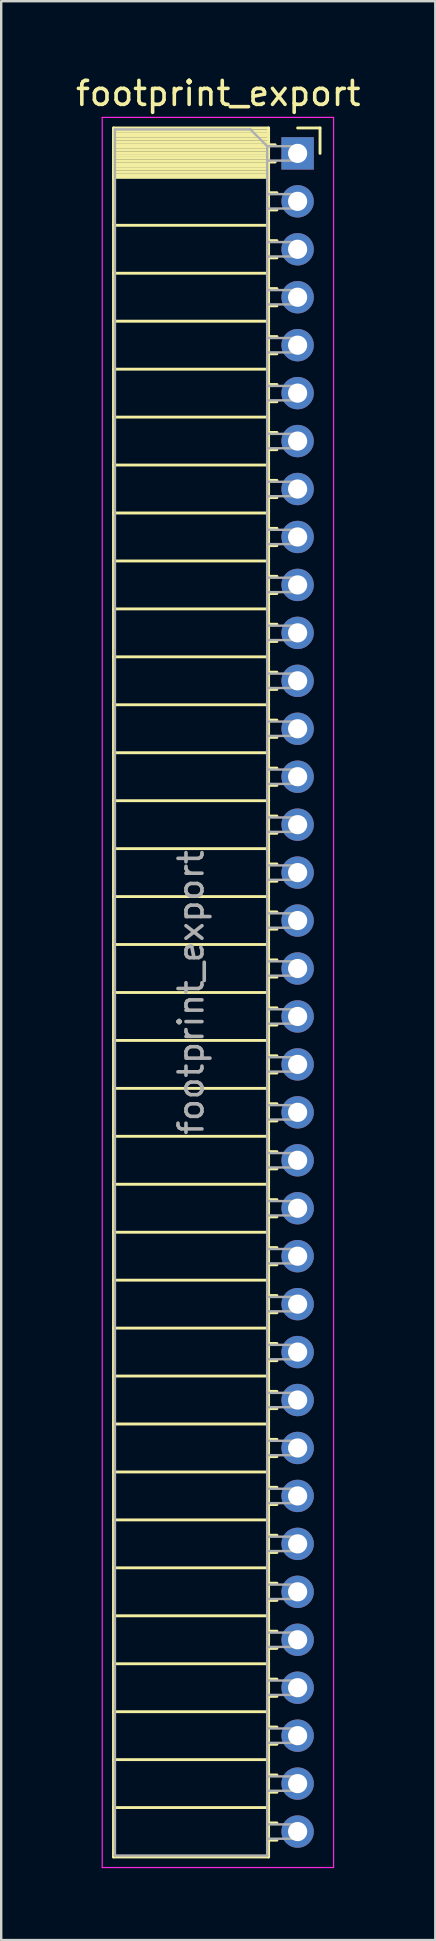
<source format=kicad_pcb>
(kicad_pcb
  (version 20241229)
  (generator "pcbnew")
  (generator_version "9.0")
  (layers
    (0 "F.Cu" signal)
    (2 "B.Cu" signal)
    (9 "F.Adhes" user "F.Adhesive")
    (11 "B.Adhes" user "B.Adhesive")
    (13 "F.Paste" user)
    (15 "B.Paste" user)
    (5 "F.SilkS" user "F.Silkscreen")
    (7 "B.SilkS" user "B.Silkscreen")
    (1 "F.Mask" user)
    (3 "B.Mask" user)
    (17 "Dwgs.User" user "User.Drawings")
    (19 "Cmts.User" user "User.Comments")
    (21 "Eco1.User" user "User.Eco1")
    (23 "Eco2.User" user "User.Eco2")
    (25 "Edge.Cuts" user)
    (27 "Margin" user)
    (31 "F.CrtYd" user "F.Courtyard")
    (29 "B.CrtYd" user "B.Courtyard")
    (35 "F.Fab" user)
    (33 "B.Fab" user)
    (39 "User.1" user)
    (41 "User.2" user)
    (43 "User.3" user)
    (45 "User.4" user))
  (footprint "footprint_export"
    (layer "F.Cu")
    (at 9.364 3.348)
    (property "Reference" "footprint_export" (at -3.31 -2.5 0) (layer "F.SilkS") (effects (font (size 1 1) (thickness 0.15))))
    (attr through_hole)
    (fp_line (start -7.68 -1.06) (end -7.68 71.06) (stroke (width 0.12) (type solid)) (layer "F.SilkS"))
    (fp_line (start -7.68 -1.06) (end -1.21 -1.06) (stroke (width 0.12) (type solid)) (layer "F.SilkS"))
    (fp_line (start -7.68 -0.94) (end -1.21 -0.94) (stroke (width 0.12) (type solid)) (layer "F.SilkS"))
    (fp_line (start -7.68 -0.826) (end -1.21 -0.826) (stroke (width 0.12) (type solid)) (layer "F.SilkS"))
    (fp_line (start -7.68 -0.712) (end -1.21 -0.712) (stroke (width 0.12) (type solid)) (layer "F.SilkS"))
    (fp_line (start -7.68 -0.598) (end -1.21 -0.598) (stroke (width 0.12) (type solid)) (layer "F.SilkS"))
    (fp_line (start -7.68 -0.484) (end -1.21 -0.484) (stroke (width 0.12) (type solid)) (layer "F.SilkS"))
    (fp_line (start -7.68 -0.369) (end -1.21 -0.369) (stroke (width 0.12) (type solid)) (layer "F.SilkS"))
    (fp_line (start -7.68 -0.255) (end -1.21 -0.255) (stroke (width 0.12) (type solid)) (layer "F.SilkS"))
    (fp_line (start -7.68 -0.141) (end -1.21 -0.141) (stroke (width 0.12) (type solid)) (layer "F.SilkS"))
    (fp_line (start -7.68 -0.027) (end -1.21 -0.027) (stroke (width 0.12) (type solid)) (layer "F.SilkS"))
    (fp_line (start -7.68 0.087) (end -1.21 0.087) (stroke (width 0.12) (type solid)) (layer "F.SilkS"))
    (fp_line (start -7.68 0.201) (end -1.21 0.201) (stroke (width 0.12) (type solid)) (layer "F.SilkS"))
    (fp_line (start -7.68 0.315) (end -1.21 0.315) (stroke (width 0.12) (type solid)) (layer "F.SilkS"))
    (fp_line (start -7.68 0.429) (end -1.21 0.429) (stroke (width 0.12) (type solid)) (layer "F.SilkS"))
    (fp_line (start -7.68 0.544) (end -1.21 0.544) (stroke (width 0.12) (type solid)) (layer "F.SilkS"))
    (fp_line (start -7.68 0.658) (end -1.21 0.658) (stroke (width 0.12) (type solid)) (layer "F.SilkS"))
    (fp_line (start -7.68 0.772) (end -1.21 0.772) (stroke (width 0.12) (type solid)) (layer "F.SilkS"))
    (fp_line (start -7.68 0.886) (end -1.21 0.886) (stroke (width 0.12) (type solid)) (layer "F.SilkS"))
    (fp_line (start -7.68 1) (end -1.21 1) (stroke (width 0.12) (type solid)) (layer "F.SilkS"))
    (fp_line (start -7.68 3) (end -1.21 3) (stroke (width 0.12) (type solid)) (layer "F.SilkS"))
    (fp_line (start -7.68 5) (end -1.21 5) (stroke (width 0.12) (type solid)) (layer "F.SilkS"))
    (fp_line (start -7.68 7) (end -1.21 7) (stroke (width 0.12) (type solid)) (layer "F.SilkS"))
    (fp_line (start -7.68 9) (end -1.21 9) (stroke (width 0.12) (type solid)) (layer "F.SilkS"))
    (fp_line (start -7.68 11) (end -1.21 11) (stroke (width 0.12) (type solid)) (layer "F.SilkS"))
    (fp_line (start -7.68 13) (end -1.21 13) (stroke (width 0.12) (type solid)) (layer "F.SilkS"))
    (fp_line (start -7.68 15) (end -1.21 15) (stroke (width 0.12) (type solid)) (layer "F.SilkS"))
    (fp_line (start -7.68 17) (end -1.21 17) (stroke (width 0.12) (type solid)) (layer "F.SilkS"))
    (fp_line (start -7.68 19) (end -1.21 19) (stroke (width 0.12) (type solid)) (layer "F.SilkS"))
    (fp_line (start -7.68 21) (end -1.21 21) (stroke (width 0.12) (type solid)) (layer "F.SilkS"))
    (fp_line (start -7.68 23) (end -1.21 23) (stroke (width 0.12) (type solid)) (layer "F.SilkS"))
    (fp_line (start -7.68 25) (end -1.21 25) (stroke (width 0.12) (type solid)) (layer "F.SilkS"))
    (fp_line (start -7.68 27) (end -1.21 27) (stroke (width 0.12) (type solid)) (layer "F.SilkS"))
    (fp_line (start -7.68 29) (end -1.21 29) (stroke (width 0.12) (type solid)) (layer "F.SilkS"))
    (fp_line (start -7.68 31) (end -1.21 31) (stroke (width 0.12) (type solid)) (layer "F.SilkS"))
    (fp_line (start -7.68 33) (end -1.21 33) (stroke (width 0.12) (type solid)) (layer "F.SilkS"))
    (fp_line (start -7.68 35) (end -1.21 35) (stroke (width 0.12) (type solid)) (layer "F.SilkS"))
    (fp_line (start -7.68 37) (end -1.21 37) (stroke (width 0.12) (type solid)) (layer "F.SilkS"))
    (fp_line (start -7.68 39) (end -1.21 39) (stroke (width 0.12) (type solid)) (layer "F.SilkS"))
    (fp_line (start -7.68 41) (end -1.21 41) (stroke (width 0.12) (type solid)) (layer "F.SilkS"))
    (fp_line (start -7.68 43) (end -1.21 43) (stroke (width 0.12) (type solid)) (layer "F.SilkS"))
    (fp_line (start -7.68 45) (end -1.21 45) (stroke (width 0.12) (type solid)) (layer "F.SilkS"))
    (fp_line (start -7.68 47) (end -1.21 47) (stroke (width 0.12) (type solid)) (layer "F.SilkS"))
    (fp_line (start -7.68 49) (end -1.21 49) (stroke (width 0.12) (type solid)) (layer "F.SilkS"))
    (fp_line (start -7.68 51) (end -1.21 51) (stroke (width 0.12) (type solid)) (layer "F.SilkS"))
    (fp_line (start -7.68 53) (end -1.21 53) (stroke (width 0.12) (type solid)) (layer "F.SilkS"))
    (fp_line (start -7.68 55) (end -1.21 55) (stroke (width 0.12) (type solid)) (layer "F.SilkS"))
    (fp_line (start -7.68 57) (end -1.21 57) (stroke (width 0.12) (type solid)) (layer "F.SilkS"))
    (fp_line (start -7.68 59) (end -1.21 59) (stroke (width 0.12) (type solid)) (layer "F.SilkS"))
    (fp_line (start -7.68 61) (end -1.21 61) (stroke (width 0.12) (type solid)) (layer "F.SilkS"))
    (fp_line (start -7.68 63) (end -1.21 63) (stroke (width 0.12) (type solid)) (layer "F.SilkS"))
    (fp_line (start -7.68 65) (end -1.21 65) (stroke (width 0.12) (type solid)) (layer "F.SilkS"))
    (fp_line (start -7.68 67) (end -1.21 67) (stroke (width 0.12) (type solid)) (layer "F.SilkS"))
    (fp_line (start -7.68 69) (end -1.21 69) (stroke (width 0.12) (type solid)) (layer "F.SilkS"))
    (fp_line (start -7.68 71.06) (end -1.21 71.06) (stroke (width 0.12) (type solid)) (layer "F.SilkS"))
    (fp_line (start -1.21 -1.06) (end -1.21 71.06) (stroke (width 0.12) (type solid)) (layer "F.SilkS"))
    (fp_line (start -1.21 -0.36) (end -0.935 -0.36) (stroke (width 0.12) (type solid)) (layer "F.SilkS"))
    (fp_line (start -1.21 0.36) (end -0.935 0.36) (stroke (width 0.12) (type solid)) (layer "F.SilkS"))
    (fp_line (start -1.21 1.64) (end -0.863 1.64) (stroke (width 0.12) (type solid)) (layer "F.SilkS"))
    (fp_line (start -1.21 2.36) (end -0.863 2.36) (stroke (width 0.12) (type solid)) (layer "F.SilkS"))
    (fp_line (start -1.21 3.64) (end -0.863 3.64) (stroke (width 0.12) (type solid)) (layer "F.SilkS"))
    (fp_line (start -1.21 4.36) (end -0.863 4.36) (stroke (width 0.12) (type solid)) (layer "F.SilkS"))
    (fp_line (start -1.21 5.64) (end -0.863 5.64) (stroke (width 0.12) (type solid)) (layer "F.SilkS"))
    (fp_line (start -1.21 6.36) (end -0.863 6.36) (stroke (width 0.12) (type solid)) (layer "F.SilkS"))
    (fp_line (start -1.21 7.64) (end -0.863 7.64) (stroke (width 0.12) (type solid)) (layer "F.SilkS"))
    (fp_line (start -1.21 8.36) (end -0.863 8.36) (stroke (width 0.12) (type solid)) (layer "F.SilkS"))
    (fp_line (start -1.21 9.64) (end -0.863 9.64) (stroke (width 0.12) (type solid)) (layer "F.SilkS"))
    (fp_line (start -1.21 10.36) (end -0.863 10.36) (stroke (width 0.12) (type solid)) (layer "F.SilkS"))
    (fp_line (start -1.21 11.64) (end -0.863 11.64) (stroke (width 0.12) (type solid)) (layer "F.SilkS"))
    (fp_line (start -1.21 12.36) (end -0.863 12.36) (stroke (width 0.12) (type solid)) (layer "F.SilkS"))
    (fp_line (start -1.21 13.64) (end -0.863 13.64) (stroke (width 0.12) (type solid)) (layer "F.SilkS"))
    (fp_line (start -1.21 14.36) (end -0.863 14.36) (stroke (width 0.12) (type solid)) (layer "F.SilkS"))
    (fp_line (start -1.21 15.64) (end -0.863 15.64) (stroke (width 0.12) (type solid)) (layer "F.SilkS"))
    (fp_line (start -1.21 16.36) (end -0.863 16.36) (stroke (width 0.12) (type solid)) (layer "F.SilkS"))
    (fp_line (start -1.21 17.64) (end -0.863 17.64) (stroke (width 0.12) (type solid)) (layer "F.SilkS"))
    (fp_line (start -1.21 18.36) (end -0.863 18.36) (stroke (width 0.12) (type solid)) (layer "F.SilkS"))
    (fp_line (start -1.21 19.64) (end -0.863 19.64) (stroke (width 0.12) (type solid)) (layer "F.SilkS"))
    (fp_line (start -1.21 20.36) (end -0.863 20.36) (stroke (width 0.12) (type solid)) (layer "F.SilkS"))
    (fp_line (start -1.21 21.64) (end -0.863 21.64) (stroke (width 0.12) (type solid)) (layer "F.SilkS"))
    (fp_line (start -1.21 22.36) (end -0.863 22.36) (stroke (width 0.12) (type solid)) (layer "F.SilkS"))
    (fp_line (start -1.21 23.64) (end -0.863 23.64) (stroke (width 0.12) (type solid)) (layer "F.SilkS"))
    (fp_line (start -1.21 24.36) (end -0.863 24.36) (stroke (width 0.12) (type solid)) (layer "F.SilkS"))
    (fp_line (start -1.21 25.64) (end -0.863 25.64) (stroke (width 0.12) (type solid)) (layer "F.SilkS"))
    (fp_line (start -1.21 26.36) (end -0.863 26.36) (stroke (width 0.12) (type solid)) (layer "F.SilkS"))
    (fp_line (start -1.21 27.64) (end -0.863 27.64) (stroke (width 0.12) (type solid)) (layer "F.SilkS"))
    (fp_line (start -1.21 28.36) (end -0.863 28.36) (stroke (width 0.12) (type solid)) (layer "F.SilkS"))
    (fp_line (start -1.21 29.64) (end -0.863 29.64) (stroke (width 0.12) (type solid)) (layer "F.SilkS"))
    (fp_line (start -1.21 30.36) (end -0.863 30.36) (stroke (width 0.12) (type solid)) (layer "F.SilkS"))
    (fp_line (start -1.21 31.64) (end -0.863 31.64) (stroke (width 0.12) (type solid)) (layer "F.SilkS"))
    (fp_line (start -1.21 32.36) (end -0.863 32.36) (stroke (width 0.12) (type solid)) (layer "F.SilkS"))
    (fp_line (start -1.21 33.64) (end -0.863 33.64) (stroke (width 0.12) (type solid)) (layer "F.SilkS"))
    (fp_line (start -1.21 34.36) (end -0.863 34.36) (stroke (width 0.12) (type solid)) (layer "F.SilkS"))
    (fp_line (start -1.21 35.64) (end -0.863 35.64) (stroke (width 0.12) (type solid)) (layer "F.SilkS"))
    (fp_line (start -1.21 36.36) (end -0.863 36.36) (stroke (width 0.12) (type solid)) (layer "F.SilkS"))
    (fp_line (start -1.21 37.64) (end -0.863 37.64) (stroke (width 0.12) (type solid)) (layer "F.SilkS"))
    (fp_line (start -1.21 38.36) (end -0.863 38.36) (stroke (width 0.12) (type solid)) (layer "F.SilkS"))
    (fp_line (start -1.21 39.64) (end -0.863 39.64) (stroke (width 0.12) (type solid)) (layer "F.SilkS"))
    (fp_line (start -1.21 40.36) (end -0.863 40.36) (stroke (width 0.12) (type solid)) (layer "F.SilkS"))
    (fp_line (start -1.21 41.64) (end -0.863 41.64) (stroke (width 0.12) (type solid)) (layer "F.SilkS"))
    (fp_line (start -1.21 42.36) (end -0.863 42.36) (stroke (width 0.12) (type solid)) (layer "F.SilkS"))
    (fp_line (start -1.21 43.64) (end -0.863 43.64) (stroke (width 0.12) (type solid)) (layer "F.SilkS"))
    (fp_line (start -1.21 44.36) (end -0.863 44.36) (stroke (width 0.12) (type solid)) (layer "F.SilkS"))
    (fp_line (start -1.21 45.64) (end -0.863 45.64) (stroke (width 0.12) (type solid)) (layer "F.SilkS"))
    (fp_line (start -1.21 46.36) (end -0.863 46.36) (stroke (width 0.12) (type solid)) (layer "F.SilkS"))
    (fp_line (start -1.21 47.64) (end -0.863 47.64) (stroke (width 0.12) (type solid)) (layer "F.SilkS"))
    (fp_line (start -1.21 48.36) (end -0.863 48.36) (stroke (width 0.12) (type solid)) (layer "F.SilkS"))
    (fp_line (start -1.21 49.64) (end -0.863 49.64) (stroke (width 0.12) (type solid)) (layer "F.SilkS"))
    (fp_line (start -1.21 50.36) (end -0.863 50.36) (stroke (width 0.12) (type solid)) (layer "F.SilkS"))
    (fp_line (start -1.21 51.64) (end -0.863 51.64) (stroke (width 0.12) (type solid)) (layer "F.SilkS"))
    (fp_line (start -1.21 52.36) (end -0.863 52.36) (stroke (width 0.12) (type solid)) (layer "F.SilkS"))
    (fp_line (start -1.21 53.64) (end -0.863 53.64) (stroke (width 0.12) (type solid)) (layer "F.SilkS"))
    (fp_line (start -1.21 54.36) (end -0.863 54.36) (stroke (width 0.12) (type solid)) (layer "F.SilkS"))
    (fp_line (start -1.21 55.64) (end -0.863 55.64) (stroke (width 0.12) (type solid)) (layer "F.SilkS"))
    (fp_line (start -1.21 56.36) (end -0.863 56.36) (stroke (width 0.12) (type solid)) (layer "F.SilkS"))
    (fp_line (start -1.21 57.64) (end -0.863 57.64) (stroke (width 0.12) (type solid)) (layer "F.SilkS"))
    (fp_line (start -1.21 58.36) (end -0.863 58.36) (stroke (width 0.12) (type solid)) (layer "F.SilkS"))
    (fp_line (start -1.21 59.64) (end -0.863 59.64) (stroke (width 0.12) (type solid)) (layer "F.SilkS"))
    (fp_line (start -1.21 60.36) (end -0.863 60.36) (stroke (width 0.12) (type solid)) (layer "F.SilkS"))
    (fp_line (start -1.21 61.64) (end -0.863 61.64) (stroke (width 0.12) (type solid)) (layer "F.SilkS"))
    (fp_line (start -1.21 62.36) (end -0.863 62.36) (stroke (width 0.12) (type solid)) (layer "F.SilkS"))
    (fp_line (start -1.21 63.64) (end -0.863 63.64) (stroke (width 0.12) (type solid)) (layer "F.SilkS"))
    (fp_line (start -1.21 64.36) (end -0.863 64.36) (stroke (width 0.12) (type solid)) (layer "F.SilkS"))
    (fp_line (start -1.21 65.64) (end -0.863 65.64) (stroke (width 0.12) (type solid)) (layer "F.SilkS"))
    (fp_line (start -1.21 66.36) (end -0.863 66.36) (stroke (width 0.12) (type solid)) (layer "F.SilkS"))
    (fp_line (start -1.21 67.64) (end -0.863 67.64) (stroke (width 0.12) (type solid)) (layer "F.SilkS"))
    (fp_line (start -1.21 68.36) (end -0.863 68.36) (stroke (width 0.12) (type solid)) (layer "F.SilkS"))
    (fp_line (start -1.21 69.64) (end -0.863 69.64) (stroke (width 0.12) (type solid)) (layer "F.SilkS"))
    (fp_line (start -1.21 70.36) (end -0.863 70.36) (stroke (width 0.12) (type solid)) (layer "F.SilkS"))
    (fp_line (start 0 -1.06) (end 0.935 -1.06) (stroke (width 0.12) (type solid)) (layer "F.SilkS"))
    (fp_line (start 0.935 -1.06) (end 0.935 0) (stroke (width 0.12) (type solid)) (layer "F.SilkS"))
    (fp_line (start -8.15 -1.5) (end -8.15 71.5) (stroke (width 0.05) (type solid)) (layer "F.CrtYd"))
    (fp_line (start -8.15 71.5) (end 1.5 71.5) (stroke (width 0.05) (type solid)) (layer "F.CrtYd"))
    (fp_line (start 1.5 -1.5) (end -8.15 -1.5) (stroke (width 0.05) (type solid)) (layer "F.CrtYd"))
    (fp_line (start 1.5 71.5) (end 1.5 -1.5) (stroke (width 0.05) (type solid)) (layer "F.CrtYd"))
    (fp_line (start -7.62 -1) (end -1.97 -1) (stroke (width 0.1) (type solid)) (layer "F.Fab"))
    (fp_line (start -7.62 71) (end -7.62 -1) (stroke (width 0.1) (type solid)) (layer "F.Fab"))
    (fp_line (start -1.97 -1) (end -1.27 -0.3) (stroke (width 0.1) (type solid)) (layer "F.Fab"))
    (fp_line (start -1.27 -0.3) (end -1.27 71) (stroke (width 0.1) (type solid)) (layer "F.Fab"))
    (fp_line (start -1.27 0.3) (end 0 0.3) (stroke (width 0.1) (type solid)) (layer "F.Fab"))
    (fp_line (start -1.27 2.3) (end 0 2.3) (stroke (width 0.1) (type solid)) (layer "F.Fab"))
    (fp_line (start -1.27 4.3) (end 0 4.3) (stroke (width 0.1) (type solid)) (layer "F.Fab"))
    (fp_line (start -1.27 6.3) (end 0 6.3) (stroke (width 0.1) (type solid)) (layer "F.Fab"))
    (fp_line (start -1.27 8.3) (end 0 8.3) (stroke (width 0.1) (type solid)) (layer "F.Fab"))
    (fp_line (start -1.27 10.3) (end 0 10.3) (stroke (width 0.1) (type solid)) (layer "F.Fab"))
    (fp_line (start -1.27 12.3) (end 0 12.3) (stroke (width 0.1) (type solid)) (layer "F.Fab"))
    (fp_line (start -1.27 14.3) (end 0 14.3) (stroke (width 0.1) (type solid)) (layer "F.Fab"))
    (fp_line (start -1.27 16.3) (end 0 16.3) (stroke (width 0.1) (type solid)) (layer "F.Fab"))
    (fp_line (start -1.27 18.3) (end 0 18.3) (stroke (width 0.1) (type solid)) (layer "F.Fab"))
    (fp_line (start -1.27 20.3) (end 0 20.3) (stroke (width 0.1) (type solid)) (layer "F.Fab"))
    (fp_line (start -1.27 22.3) (end 0 22.3) (stroke (width 0.1) (type solid)) (layer "F.Fab"))
    (fp_line (start -1.27 24.3) (end 0 24.3) (stroke (width 0.1) (type solid)) (layer "F.Fab"))
    (fp_line (start -1.27 26.3) (end 0 26.3) (stroke (width 0.1) (type solid)) (layer "F.Fab"))
    (fp_line (start -1.27 28.3) (end 0 28.3) (stroke (width 0.1) (type solid)) (layer "F.Fab"))
    (fp_line (start -1.27 30.3) (end 0 30.3) (stroke (width 0.1) (type solid)) (layer "F.Fab"))
    (fp_line (start -1.27 32.3) (end 0 32.3) (stroke (width 0.1) (type solid)) (layer "F.Fab"))
    (fp_line (start -1.27 34.3) (end 0 34.3) (stroke (width 0.1) (type solid)) (layer "F.Fab"))
    (fp_line (start -1.27 36.3) (end 0 36.3) (stroke (width 0.1) (type solid)) (layer "F.Fab"))
    (fp_line (start -1.27 38.3) (end 0 38.3) (stroke (width 0.1) (type solid)) (layer "F.Fab"))
    (fp_line (start -1.27 40.3) (end 0 40.3) (stroke (width 0.1) (type solid)) (layer "F.Fab"))
    (fp_line (start -1.27 42.3) (end 0 42.3) (stroke (width 0.1) (type solid)) (layer "F.Fab"))
    (fp_line (start -1.27 44.3) (end 0 44.3) (stroke (width 0.1) (type solid)) (layer "F.Fab"))
    (fp_line (start -1.27 46.3) (end 0 46.3) (stroke (width 0.1) (type solid)) (layer "F.Fab"))
    (fp_line (start -1.27 48.3) (end 0 48.3) (stroke (width 0.1) (type solid)) (layer "F.Fab"))
    (fp_line (start -1.27 50.3) (end 0 50.3) (stroke (width 0.1) (type solid)) (layer "F.Fab"))
    (fp_line (start -1.27 52.3) (end 0 52.3) (stroke (width 0.1) (type solid)) (layer "F.Fab"))
    (fp_line (start -1.27 54.3) (end 0 54.3) (stroke (width 0.1) (type solid)) (layer "F.Fab"))
    (fp_line (start -1.27 56.3) (end 0 56.3) (stroke (width 0.1) (type solid)) (layer "F.Fab"))
    (fp_line (start -1.27 58.3) (end 0 58.3) (stroke (width 0.1) (type solid)) (layer "F.Fab"))
    (fp_line (start -1.27 60.3) (end 0 60.3) (stroke (width 0.1) (type solid)) (layer "F.Fab"))
    (fp_line (start -1.27 62.3) (end 0 62.3) (stroke (width 0.1) (type solid)) (layer "F.Fab"))
    (fp_line (start -1.27 64.3) (end 0 64.3) (stroke (width 0.1) (type solid)) (layer "F.Fab"))
    (fp_line (start -1.27 66.3) (end 0 66.3) (stroke (width 0.1) (type solid)) (layer "F.Fab"))
    (fp_line (start -1.27 68.3) (end 0 68.3) (stroke (width 0.1) (type solid)) (layer "F.Fab"))
    (fp_line (start -1.27 70.3) (end 0 70.3) (stroke (width 0.1) (type solid)) (layer "F.Fab"))
    (fp_line (start -1.27 71) (end -7.62 71) (stroke (width 0.1) (type solid)) (layer "F.Fab"))
    (fp_line (start 0 -0.3) (end -1.27 -0.3) (stroke (width 0.1) (type solid)) (layer "F.Fab"))
    (fp_line (start 0 0.3) (end 0 -0.3) (stroke (width 0.1) (type solid)) (layer "F.Fab"))
    (fp_line (start 0 1.7) (end -1.27 1.7) (stroke (width 0.1) (type solid)) (layer "F.Fab"))
    (fp_line (start 0 2.3) (end 0 1.7) (stroke (width 0.1) (type solid)) (layer "F.Fab"))
    (fp_line (start 0 3.7) (end -1.27 3.7) (stroke (width 0.1) (type solid)) (layer "F.Fab"))
    (fp_line (start 0 4.3) (end 0 3.7) (stroke (width 0.1) (type solid)) (layer "F.Fab"))
    (fp_line (start 0 5.7) (end -1.27 5.7) (stroke (width 0.1) (type solid)) (layer "F.Fab"))
    (fp_line (start 0 6.3) (end 0 5.7) (stroke (width 0.1) (type solid)) (layer "F.Fab"))
    (fp_line (start 0 7.7) (end -1.27 7.7) (stroke (width 0.1) (type solid)) (layer "F.Fab"))
    (fp_line (start 0 8.3) (end 0 7.7) (stroke (width 0.1) (type solid)) (layer "F.Fab"))
    (fp_line (start 0 9.7) (end -1.27 9.7) (stroke (width 0.1) (type solid)) (layer "F.Fab"))
    (fp_line (start 0 10.3) (end 0 9.7) (stroke (width 0.1) (type solid)) (layer "F.Fab"))
    (fp_line (start 0 11.7) (end -1.27 11.7) (stroke (width 0.1) (type solid)) (layer "F.Fab"))
    (fp_line (start 0 12.3) (end 0 11.7) (stroke (width 0.1) (type solid)) (layer "F.Fab"))
    (fp_line (start 0 13.7) (end -1.27 13.7) (stroke (width 0.1) (type solid)) (layer "F.Fab"))
    (fp_line (start 0 14.3) (end 0 13.7) (stroke (width 0.1) (type solid)) (layer "F.Fab"))
    (fp_line (start 0 15.7) (end -1.27 15.7) (stroke (width 0.1) (type solid)) (layer "F.Fab"))
    (fp_line (start 0 16.3) (end 0 15.7) (stroke (width 0.1) (type solid)) (layer "F.Fab"))
    (fp_line (start 0 17.7) (end -1.27 17.7) (stroke (width 0.1) (type solid)) (layer "F.Fab"))
    (fp_line (start 0 18.3) (end 0 17.7) (stroke (width 0.1) (type solid)) (layer "F.Fab"))
    (fp_line (start 0 19.7) (end -1.27 19.7) (stroke (width 0.1) (type solid)) (layer "F.Fab"))
    (fp_line (start 0 20.3) (end 0 19.7) (stroke (width 0.1) (type solid)) (layer "F.Fab"))
    (fp_line (start 0 21.7) (end -1.27 21.7) (stroke (width 0.1) (type solid)) (layer "F.Fab"))
    (fp_line (start 0 22.3) (end 0 21.7) (stroke (width 0.1) (type solid)) (layer "F.Fab"))
    (fp_line (start 0 23.7) (end -1.27 23.7) (stroke (width 0.1) (type solid)) (layer "F.Fab"))
    (fp_line (start 0 24.3) (end 0 23.7) (stroke (width 0.1) (type solid)) (layer "F.Fab"))
    (fp_line (start 0 25.7) (end -1.27 25.7) (stroke (width 0.1) (type solid)) (layer "F.Fab"))
    (fp_line (start 0 26.3) (end 0 25.7) (stroke (width 0.1) (type solid)) (layer "F.Fab"))
    (fp_line (start 0 27.7) (end -1.27 27.7) (stroke (width 0.1) (type solid)) (layer "F.Fab"))
    (fp_line (start 0 28.3) (end 0 27.7) (stroke (width 0.1) (type solid)) (layer "F.Fab"))
    (fp_line (start 0 29.7) (end -1.27 29.7) (stroke (width 0.1) (type solid)) (layer "F.Fab"))
    (fp_line (start 0 30.3) (end 0 29.7) (stroke (width 0.1) (type solid)) (layer "F.Fab"))
    (fp_line (start 0 31.7) (end -1.27 31.7) (stroke (width 0.1) (type solid)) (layer "F.Fab"))
    (fp_line (start 0 32.3) (end 0 31.7) (stroke (width 0.1) (type solid)) (layer "F.Fab"))
    (fp_line (start 0 33.7) (end -1.27 33.7) (stroke (width 0.1) (type solid)) (layer "F.Fab"))
    (fp_line (start 0 34.3) (end 0 33.7) (stroke (width 0.1) (type solid)) (layer "F.Fab"))
    (fp_line (start 0 35.7) (end -1.27 35.7) (stroke (width 0.1) (type solid)) (layer "F.Fab"))
    (fp_line (start 0 36.3) (end 0 35.7) (stroke (width 0.1) (type solid)) (layer "F.Fab"))
    (fp_line (start 0 37.7) (end -1.27 37.7) (stroke (width 0.1) (type solid)) (layer "F.Fab"))
    (fp_line (start 0 38.3) (end 0 37.7) (stroke (width 0.1) (type solid)) (layer "F.Fab"))
    (fp_line (start 0 39.7) (end -1.27 39.7) (stroke (width 0.1) (type solid)) (layer "F.Fab"))
    (fp_line (start 0 40.3) (end 0 39.7) (stroke (width 0.1) (type solid)) (layer "F.Fab"))
    (fp_line (start 0 41.7) (end -1.27 41.7) (stroke (width 0.1) (type solid)) (layer "F.Fab"))
    (fp_line (start 0 42.3) (end 0 41.7) (stroke (width 0.1) (type solid)) (layer "F.Fab"))
    (fp_line (start 0 43.7) (end -1.27 43.7) (stroke (width 0.1) (type solid)) (layer "F.Fab"))
    (fp_line (start 0 44.3) (end 0 43.7) (stroke (width 0.1) (type solid)) (layer "F.Fab"))
    (fp_line (start 0 45.7) (end -1.27 45.7) (stroke (width 0.1) (type solid)) (layer "F.Fab"))
    (fp_line (start 0 46.3) (end 0 45.7) (stroke (width 0.1) (type solid)) (layer "F.Fab"))
    (fp_line (start 0 47.7) (end -1.27 47.7) (stroke (width 0.1) (type solid)) (layer "F.Fab"))
    (fp_line (start 0 48.3) (end 0 47.7) (stroke (width 0.1) (type solid)) (layer "F.Fab"))
    (fp_line (start 0 49.7) (end -1.27 49.7) (stroke (width 0.1) (type solid)) (layer "F.Fab"))
    (fp_line (start 0 50.3) (end 0 49.7) (stroke (width 0.1) (type solid)) (layer "F.Fab"))
    (fp_line (start 0 51.7) (end -1.27 51.7) (stroke (width 0.1) (type solid)) (layer "F.Fab"))
    (fp_line (start 0 52.3) (end 0 51.7) (stroke (width 0.1) (type solid)) (layer "F.Fab"))
    (fp_line (start 0 53.7) (end -1.27 53.7) (stroke (width 0.1) (type solid)) (layer "F.Fab"))
    (fp_line (start 0 54.3) (end 0 53.7) (stroke (width 0.1) (type solid)) (layer "F.Fab"))
    (fp_line (start 0 55.7) (end -1.27 55.7) (stroke (width 0.1) (type solid)) (layer "F.Fab"))
    (fp_line (start 0 56.3) (end 0 55.7) (stroke (width 0.1) (type solid)) (layer "F.Fab"))
    (fp_line (start 0 57.7) (end -1.27 57.7) (stroke (width 0.1) (type solid)) (layer "F.Fab"))
    (fp_line (start 0 58.3) (end 0 57.7) (stroke (width 0.1) (type solid)) (layer "F.Fab"))
    (fp_line (start 0 59.7) (end -1.27 59.7) (stroke (width 0.1) (type solid)) (layer "F.Fab"))
    (fp_line (start 0 60.3) (end 0 59.7) (stroke (width 0.1) (type solid)) (layer "F.Fab"))
    (fp_line (start 0 61.7) (end -1.27 61.7) (stroke (width 0.1) (type solid)) (layer "F.Fab"))
    (fp_line (start 0 62.3) (end 0 61.7) (stroke (width 0.1) (type solid)) (layer "F.Fab"))
    (fp_line (start 0 63.7) (end -1.27 63.7) (stroke (width 0.1) (type solid)) (layer "F.Fab"))
    (fp_line (start 0 64.3) (end 0 63.7) (stroke (width 0.1) (type solid)) (layer "F.Fab"))
    (fp_line (start 0 65.7) (end -1.27 65.7) (stroke (width 0.1) (type solid)) (layer "F.Fab"))
    (fp_line (start 0 66.3) (end 0 65.7) (stroke (width 0.1) (type solid)) (layer "F.Fab"))
    (fp_line (start 0 67.7) (end -1.27 67.7) (stroke (width 0.1) (type solid)) (layer "F.Fab"))
    (fp_line (start 0 68.3) (end 0 67.7) (stroke (width 0.1) (type solid)) (layer "F.Fab"))
    (fp_line (start 0 69.7) (end -1.27 69.7) (stroke (width 0.1) (type solid)) (layer "F.Fab"))
    (fp_line (start 0 70.3) (end 0 69.7) (stroke (width 0.1) (type solid)) (layer "F.Fab"))
    (fp_text user "${REFERENCE}" (at -4.445 35 90) (layer "F.Fab") (effects (font (size 1 1) (thickness 0.15))))
    (pad "1" thru_hole rect (at 0 0) (size 1.35 1.35) (drill 0.8) (layers "*.Cu" "*.Mask"))
    (pad "2" thru_hole oval (at 0 2) (size 1.35 1.35) (drill 0.8) (layers "*.Cu" "*.Mask"))
    (pad "3" thru_hole oval (at 0 4) (size 1.35 1.35) (drill 0.8) (layers "*.Cu" "*.Mask"))
    (pad "4" thru_hole oval (at 0 6) (size 1.35 1.35) (drill 0.8) (layers "*.Cu" "*.Mask"))
    (pad "5" thru_hole oval (at 0 8) (size 1.35 1.35) (drill 0.8) (layers "*.Cu" "*.Mask"))
    (pad "6" thru_hole oval (at 0 10) (size 1.35 1.35) (drill 0.8) (layers "*.Cu" "*.Mask"))
    (pad "7" thru_hole oval (at 0 12) (size 1.35 1.35) (drill 0.8) (layers "*.Cu" "*.Mask"))
    (pad "8" thru_hole oval (at 0 14) (size 1.35 1.35) (drill 0.8) (layers "*.Cu" "*.Mask"))
    (pad "9" thru_hole oval (at 0 16) (size 1.35 1.35) (drill 0.8) (layers "*.Cu" "*.Mask"))
    (pad "10" thru_hole oval (at 0 18) (size 1.35 1.35) (drill 0.8) (layers "*.Cu" "*.Mask"))
    (pad "11" thru_hole oval (at 0 20) (size 1.35 1.35) (drill 0.8) (layers "*.Cu" "*.Mask"))
    (pad "12" thru_hole oval (at 0 22) (size 1.35 1.35) (drill 0.8) (layers "*.Cu" "*.Mask"))
    (pad "13" thru_hole oval (at 0 24) (size 1.35 1.35) (drill 0.8) (layers "*.Cu" "*.Mask"))
    (pad "14" thru_hole oval (at 0 26) (size 1.35 1.35) (drill 0.8) (layers "*.Cu" "*.Mask"))
    (pad "15" thru_hole oval (at 0 28) (size 1.35 1.35) (drill 0.8) (layers "*.Cu" "*.Mask"))
    (pad "16" thru_hole oval (at 0 30) (size 1.35 1.35) (drill 0.8) (layers "*.Cu" "*.Mask"))
    (pad "17" thru_hole oval (at 0 32) (size 1.35 1.35) (drill 0.8) (layers "*.Cu" "*.Mask"))
    (pad "18" thru_hole oval (at 0 34) (size 1.35 1.35) (drill 0.8) (layers "*.Cu" "*.Mask"))
    (pad "19" thru_hole oval (at 0 36) (size 1.35 1.35) (drill 0.8) (layers "*.Cu" "*.Mask"))
    (pad "20" thru_hole oval (at 0 38) (size 1.35 1.35) (drill 0.8) (layers "*.Cu" "*.Mask"))
    (pad "21" thru_hole oval (at 0 40) (size 1.35 1.35) (drill 0.8) (layers "*.Cu" "*.Mask"))
    (pad "22" thru_hole oval (at 0 42) (size 1.35 1.35) (drill 0.8) (layers "*.Cu" "*.Mask"))
    (pad "23" thru_hole oval (at 0 44) (size 1.35 1.35) (drill 0.8) (layers "*.Cu" "*.Mask"))
    (pad "24" thru_hole oval (at 0 46) (size 1.35 1.35) (drill 0.8) (layers "*.Cu" "*.Mask"))
    (pad "25" thru_hole oval (at 0 48) (size 1.35 1.35) (drill 0.8) (layers "*.Cu" "*.Mask"))
    (pad "26" thru_hole oval (at 0 50) (size 1.35 1.35) (drill 0.8) (layers "*.Cu" "*.Mask"))
    (pad "27" thru_hole oval (at 0 52) (size 1.35 1.35) (drill 0.8) (layers "*.Cu" "*.Mask"))
    (pad "28" thru_hole oval (at 0 54) (size 1.35 1.35) (drill 0.8) (layers "*.Cu" "*.Mask"))
    (pad "29" thru_hole oval (at 0 56) (size 1.35 1.35) (drill 0.8) (layers "*.Cu" "*.Mask"))
    (pad "30" thru_hole oval (at 0 58) (size 1.35 1.35) (drill 0.8) (layers "*.Cu" "*.Mask"))
    (pad "31" thru_hole oval (at 0 60) (size 1.35 1.35) (drill 0.8) (layers "*.Cu" "*.Mask"))
    (pad "32" thru_hole oval (at 0 62) (size 1.35 1.35) (drill 0.8) (layers "*.Cu" "*.Mask"))
    (pad "33" thru_hole oval (at 0 64) (size 1.35 1.35) (drill 0.8) (layers "*.Cu" "*.Mask"))
    (pad "34" thru_hole oval (at 0 66) (size 1.35 1.35) (drill 0.8) (layers "*.Cu" "*.Mask"))
    (pad "35" thru_hole oval (at 0 68) (size 1.35 1.35) (drill 0.8) (layers "*.Cu" "*.Mask"))
    (pad "36" thru_hole oval (at 0 70) (size 1.35 1.35) (drill 0.8) (layers "*.Cu" "*.Mask")))
  (gr_rect
    (start -3 -3)
    (end 15.107 77.873)
    (stroke (width 0.1) (type default))
    (fill no)
    (layer "Edge.Cuts")))
</source>
